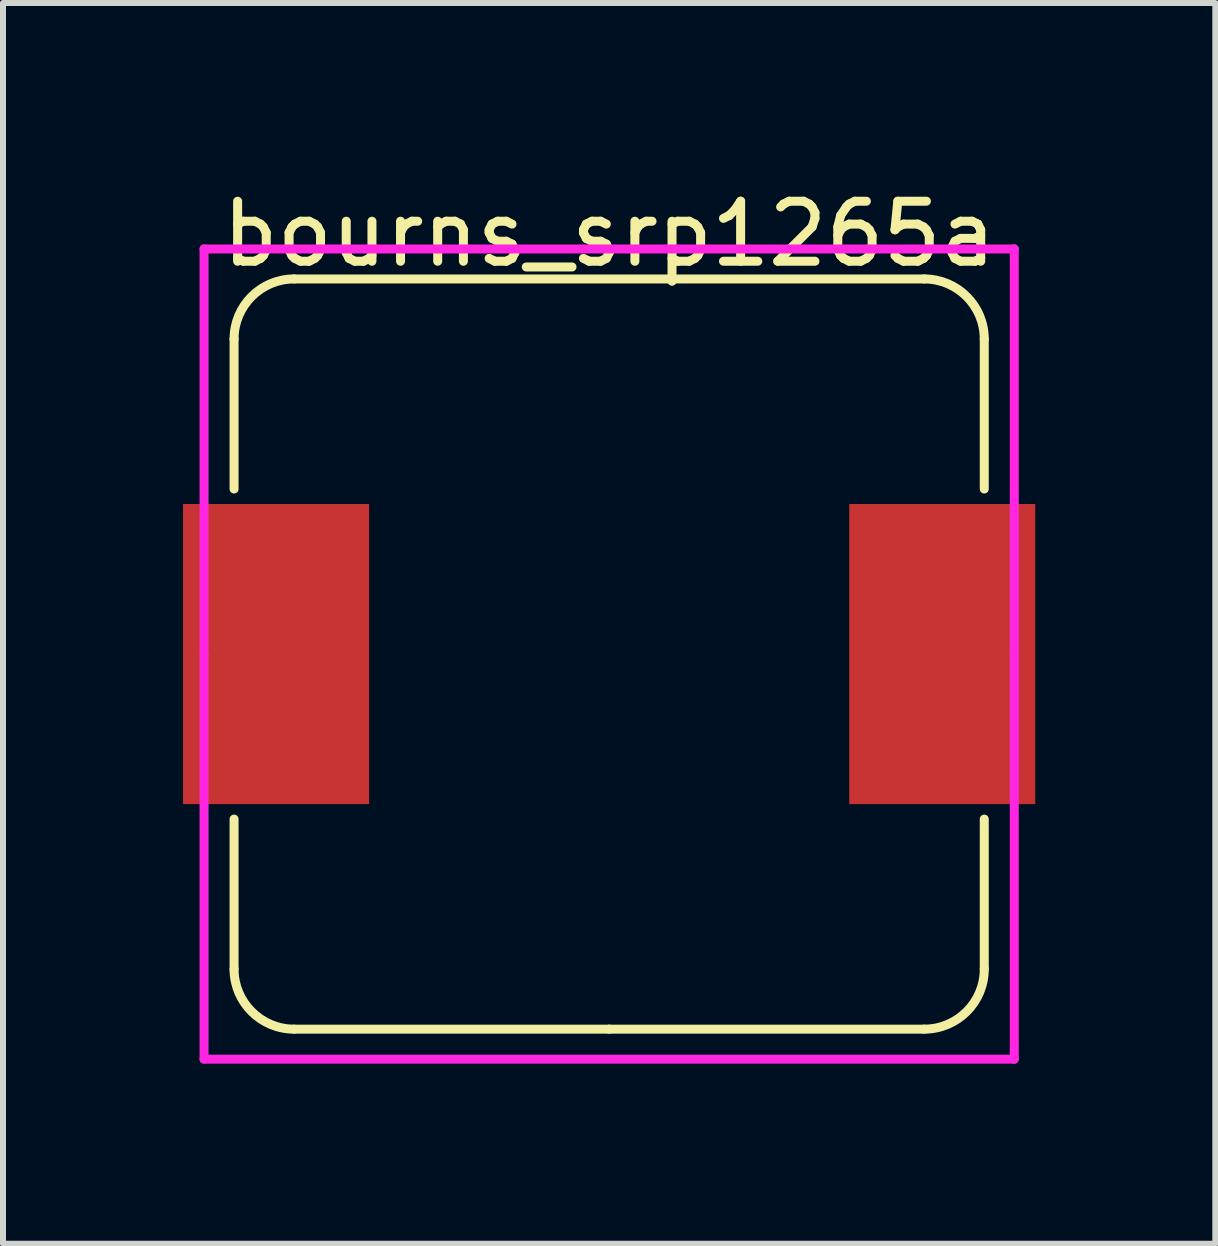
<source format=kicad_pcb>
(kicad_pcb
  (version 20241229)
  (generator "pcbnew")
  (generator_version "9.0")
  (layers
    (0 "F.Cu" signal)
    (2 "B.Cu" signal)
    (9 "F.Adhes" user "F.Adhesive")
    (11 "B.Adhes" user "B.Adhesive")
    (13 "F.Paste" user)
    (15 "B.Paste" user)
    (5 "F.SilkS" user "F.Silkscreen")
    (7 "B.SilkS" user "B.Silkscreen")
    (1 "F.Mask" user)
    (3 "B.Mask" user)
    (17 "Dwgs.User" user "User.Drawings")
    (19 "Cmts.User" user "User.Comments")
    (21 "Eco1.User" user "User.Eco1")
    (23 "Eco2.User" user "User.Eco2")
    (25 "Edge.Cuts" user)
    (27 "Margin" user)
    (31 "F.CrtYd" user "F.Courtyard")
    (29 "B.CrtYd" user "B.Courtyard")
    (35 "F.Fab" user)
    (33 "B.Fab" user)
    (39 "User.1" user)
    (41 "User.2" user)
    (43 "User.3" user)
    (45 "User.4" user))
  (footprint "bourns_srp1265a"
    (layer "F.Cu")
    (at 7.1 7.848)
    (property "Reference" "bourns_srp1265a" (at 0 -7 0) (layer "F.SilkS") (effects (font (size 1 1) (thickness 0.15))))
    (attr through_hole)
    (fp_line (start -6.25 -2.75) (end -6.25 -5.25) (stroke (width 0.15) (type solid)) (layer "F.SilkS"))
    (fp_line (start -6.25 5.25) (end -6.25 2.75) (stroke (width 0.15) (type solid)) (layer "F.SilkS"))
    (fp_line (start -5.25 -6.25) (end 5.25 -6.25) (stroke (width 0.15) (type solid)) (layer "F.SilkS"))
    (fp_line (start 0 6.25) (end -5.25 6.25) (stroke (width 0.15) (type solid)) (layer "F.SilkS"))
    (fp_line (start 5.25 6.25) (end 0 6.25) (stroke (width 0.15) (type solid)) (layer "F.SilkS"))
    (fp_line (start 6.25 -5.25) (end 6.25 -2.75) (stroke (width 0.15) (type solid)) (layer "F.SilkS"))
    (fp_line (start 6.25 2.75) (end 6.25 5.25) (stroke (width 0.15) (type solid)) (layer "F.SilkS"))
    (fp_arc (start -6.25 -5.25) (mid -5.957107 -5.957107) (end -5.25 -6.25) (stroke (width 0.15) (type solid)) (layer "F.SilkS"))
    (fp_arc (start -5.25 6.25) (mid -5.957107 5.957107) (end -6.25 5.25) (stroke (width 0.15) (type solid)) (layer "F.SilkS"))
    (fp_arc (start 5.25 -6.25) (mid 5.957107 -5.957107) (end 6.25 -5.25) (stroke (width 0.15) (type solid)) (layer "F.SilkS"))
    (fp_arc (start 6.25 5.25) (mid 5.957107 5.957107) (end 5.25 6.25) (stroke (width 0.15) (type solid)) (layer "F.SilkS"))
    (fp_line (start -6.75 -6.75) (end 6.75 -6.75) (stroke (width 0.15) (type solid)) (layer "F.CrtYd"))
    (fp_line (start -6.75 0) (end -6.75 -6.75) (stroke (width 0.15) (type solid)) (layer "F.CrtYd"))
    (fp_line (start -6.75 6.75) (end -6.75 0) (stroke (width 0.15) (type solid)) (layer "F.CrtYd"))
    (fp_line (start 6.75 -6.75) (end 6.75 0) (stroke (width 0.15) (type solid)) (layer "F.CrtYd"))
    (fp_line (start 6.75 0) (end 6.75 6.75) (stroke (width 0.15) (type solid)) (layer "F.CrtYd"))
    (fp_line (start 6.75 6.75) (end -6.75 6.75) (stroke (width 0.15) (type solid)) (layer "F.CrtYd"))
    (pad "1" smd rect (at -5.55 0) (size 3.1 5) (layers "F.Cu" "F.Mask" "F.Paste"))
    (pad "2" smd rect (at 5.55 0) (size 3.1 5) (layers "F.Cu" "F.Mask" "F.Paste")))
  (gr_rect
    (start -3 -3)
    (end 17.2 17.673)
    (stroke (width 0.1) (type default))
    (fill no)
    (layer "Edge.Cuts")))
</source>
